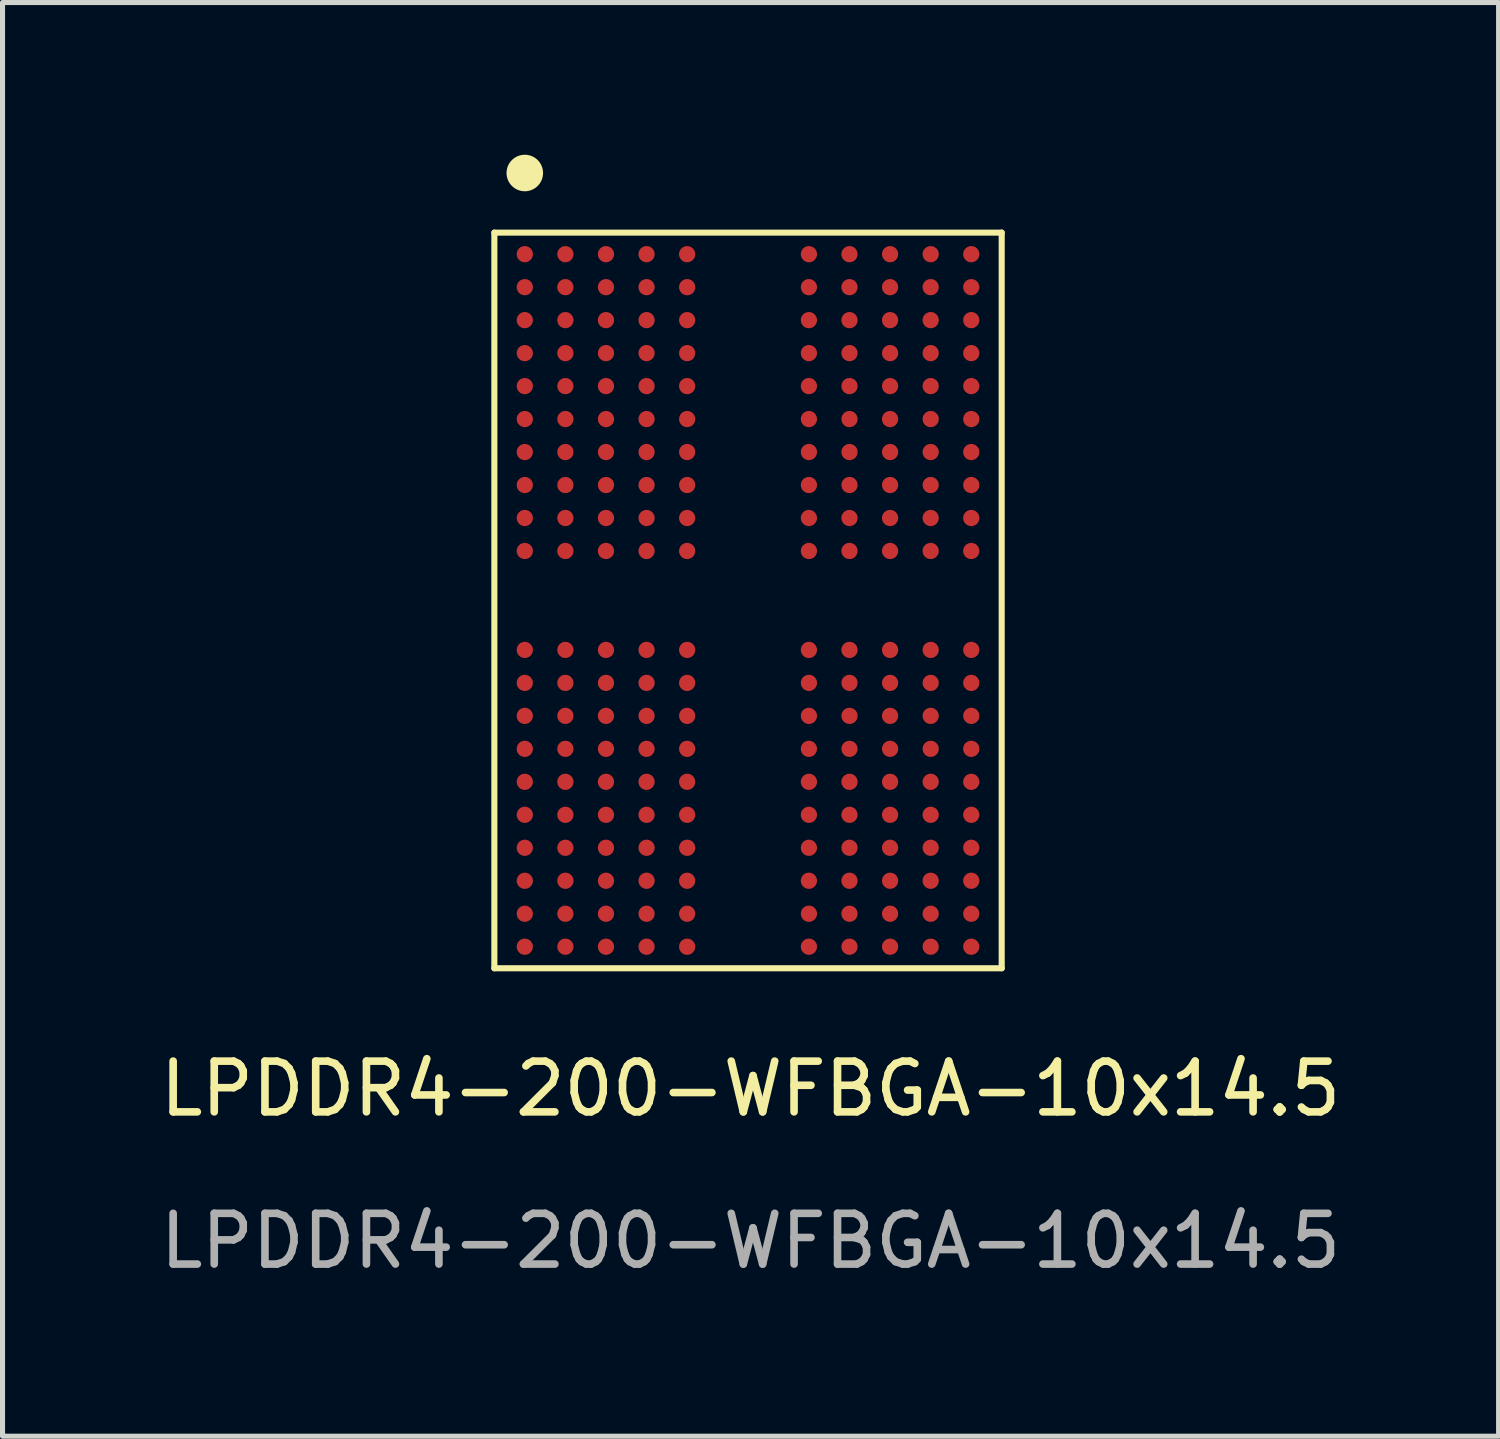
<source format=kicad_pcb>
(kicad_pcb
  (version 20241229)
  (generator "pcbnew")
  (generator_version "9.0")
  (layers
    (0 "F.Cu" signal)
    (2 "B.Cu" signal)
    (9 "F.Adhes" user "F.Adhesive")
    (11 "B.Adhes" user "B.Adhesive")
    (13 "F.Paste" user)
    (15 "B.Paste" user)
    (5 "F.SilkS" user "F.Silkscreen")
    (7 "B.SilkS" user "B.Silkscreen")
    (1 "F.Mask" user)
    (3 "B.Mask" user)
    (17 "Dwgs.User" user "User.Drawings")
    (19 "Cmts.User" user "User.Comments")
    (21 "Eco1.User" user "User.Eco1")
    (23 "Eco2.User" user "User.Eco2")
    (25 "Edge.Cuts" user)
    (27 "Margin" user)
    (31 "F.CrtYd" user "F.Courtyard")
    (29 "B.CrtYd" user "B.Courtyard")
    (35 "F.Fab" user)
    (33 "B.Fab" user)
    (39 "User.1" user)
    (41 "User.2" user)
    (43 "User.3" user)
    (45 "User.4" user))
  (footprint "LPDDR4-200-WFBGA-10x14.5"
    (layer "F.Cu")
    (at 11.744 8.81)
    (property "Reference" "LPDDR4-200-WFBGA-10x14.5" (at 0 9.6 0) (unlocked yes) (layer "F.SilkS") (effects (font (size 1 1) (thickness 0.15))))
    (fp_line (start -5.05 -7.275) (end -5.05 7.225) (stroke (width 0.12) (type solid)) (layer "F.SilkS"))
    (fp_line (start -5.05 -7.275) (end 4.95 -7.275) (stroke (width 0.12) (type solid)) (layer "F.SilkS"))
    (fp_line (start -5.05 7.225) (end 4.95 7.225) (stroke (width 0.12) (type solid)) (layer "F.SilkS"))
    (fp_line (start 4.95 -7.275) (end 4.95 7.225) (stroke (width 0.12) (type solid)) (layer "F.SilkS"))
    (fp_circle (center -4.45 -8.45) (end -4.15 -8.45) (stroke (width 0.12) (type solid)) (fill yes) (layer "F.SilkS"))
    (fp_text user "${REFERENCE}" (at 0 12.6 0) (unlocked yes) (layer "F.Fab") (effects (font (size 1 1) (thickness 0.15))))
    (pad "A1" smd circle (at -4.45 -6.85) (size 0.32 0.32) (layers "F.Cu" "F.Mask" "F.Paste"))
    (pad "A2" smd circle (at -3.65 -6.85) (size 0.32 0.32) (layers "F.Cu" "F.Mask" "F.Paste"))
    (pad "A3" smd circle (at -2.85 -6.85) (size 0.32 0.32) (layers "F.Cu" "F.Mask" "F.Paste"))
    (pad "A4" smd circle (at -2.05 -6.85) (size 0.32 0.32) (layers "F.Cu" "F.Mask" "F.Paste"))
    (pad "A5" smd circle (at -1.25 -6.85) (size 0.32 0.32) (layers "F.Cu" "F.Mask" "F.Paste"))
    (pad "A6" smd circle (at 1.15 -6.85) (size 0.32 0.32) (layers "F.Cu" "F.Mask" "F.Paste"))
    (pad "A7" smd circle (at 1.95 -6.85) (size 0.32 0.32) (layers "F.Cu" "F.Mask" "F.Paste"))
    (pad "A8" smd circle (at 2.75 -6.85) (size 0.32 0.32) (layers "F.Cu" "F.Mask" "F.Paste"))
    (pad "A9" smd circle (at 3.55 -6.85 90) (size 0.32 0.32) (layers "F.Cu" "F.Mask" "F.Paste"))
    (pad "A10" smd circle (at 4.35 -6.85) (size 0.32 0.32) (layers "F.Cu" "F.Mask" "F.Paste"))
    (pad "AA1" smd circle (at -4.45 6.15) (size 0.32 0.32) (layers "F.Cu" "F.Mask" "F.Paste"))
    (pad "AA2" smd circle (at -3.65 6.15) (size 0.32 0.32) (layers "F.Cu" "F.Mask" "F.Paste"))
    (pad "AA3" smd circle (at -2.85 6.15) (size 0.32 0.32) (layers "F.Cu" "F.Mask" "F.Paste"))
    (pad "AA4" smd circle (at -2.05 6.15) (size 0.32 0.32) (layers "F.Cu" "F.Mask" "F.Paste"))
    (pad "AA5" smd circle (at -1.25 6.15) (size 0.32 0.32) (layers "F.Cu" "F.Mask" "F.Paste"))
    (pad "AA6" smd circle (at 1.15 6.15) (size 0.32 0.32) (layers "F.Cu" "F.Mask" "F.Paste"))
    (pad "AA7" smd circle (at 1.95 6.15) (size 0.32 0.32) (layers "F.Cu" "F.Mask" "F.Paste"))
    (pad "AA8" smd circle (at 2.75 6.15) (size 0.32 0.32) (layers "F.Cu" "F.Mask" "F.Paste"))
    (pad "AA9" smd circle (at 3.55 6.15) (size 0.32 0.32) (layers "F.Cu" "F.Mask" "F.Paste"))
    (pad "AA10" smd circle (at 4.35 6.15) (size 0.32 0.32) (layers "F.Cu" "F.Mask" "F.Paste"))
    (pad "AB1" smd circle (at -4.45 6.8) (size 0.32 0.32) (layers "F.Cu" "F.Mask" "F.Paste"))
    (pad "AB2" smd circle (at -3.65 6.8) (size 0.32 0.32) (layers "F.Cu" "F.Mask" "F.Paste"))
    (pad "AB3" smd circle (at -2.85 6.8) (size 0.32 0.32) (layers "F.Cu" "F.Mask" "F.Paste"))
    (pad "AB4" smd circle (at -2.05 6.8) (size 0.32 0.32) (layers "F.Cu" "F.Mask" "F.Paste"))
    (pad "AB5" smd circle (at -1.25 6.8) (size 0.32 0.32) (layers "F.Cu" "F.Mask" "F.Paste"))
    (pad "AB6" smd circle (at 1.15 6.8) (size 0.32 0.32) (layers "F.Cu" "F.Mask" "F.Paste"))
    (pad "AB7" smd circle (at 1.95 6.8) (size 0.32 0.32) (layers "F.Cu" "F.Mask" "F.Paste"))
    (pad "AB8" smd circle (at 2.75 6.8) (size 0.32 0.32) (layers "F.Cu" "F.Mask" "F.Paste"))
    (pad "AB9" smd circle (at 3.55 6.8) (size 0.32 0.32) (layers "F.Cu" "F.Mask" "F.Paste"))
    (pad "AB10" smd circle (at 4.35 6.8) (size 0.32 0.32) (layers "F.Cu" "F.Mask" "F.Paste"))
    (pad "B1" smd circle (at -4.45 -6.2) (size 0.32 0.32) (layers "F.Cu" "F.Mask" "F.Paste"))
    (pad "B2" smd circle (at -3.65 -6.2) (size 0.32 0.32) (layers "F.Cu" "F.Mask" "F.Paste"))
    (pad "B3" smd circle (at -2.85 -6.2) (size 0.32 0.32) (layers "F.Cu" "F.Mask" "F.Paste"))
    (pad "B4" smd circle (at -2.05 -6.2) (size 0.32 0.32) (layers "F.Cu" "F.Mask" "F.Paste"))
    (pad "B5" smd circle (at -1.25 -6.2) (size 0.32 0.32) (layers "F.Cu" "F.Mask" "F.Paste"))
    (pad "B6" smd circle (at 1.15 -6.2) (size 0.32 0.32) (layers "F.Cu" "F.Mask" "F.Paste"))
    (pad "B7" smd circle (at 1.95 -6.2) (size 0.32 0.32) (layers "F.Cu" "F.Mask" "F.Paste"))
    (pad "B8" smd circle (at 2.75 -6.2) (size 0.32 0.32) (layers "F.Cu" "F.Mask" "F.Paste"))
    (pad "B9" smd circle (at 3.55 -6.2) (size 0.32 0.32) (layers "F.Cu" "F.Mask" "F.Paste"))
    (pad "B10" smd circle (at 4.35 -6.2) (size 0.32 0.32) (layers "F.Cu" "F.Mask" "F.Paste"))
    (pad "C1" smd circle (at -4.45 -5.55) (size 0.32 0.32) (layers "F.Cu" "F.Mask" "F.Paste"))
    (pad "C2" smd circle (at -3.65 -5.55) (size 0.32 0.32) (layers "F.Cu" "F.Mask" "F.Paste"))
    (pad "C3" smd circle (at -2.85 -5.55) (size 0.32 0.32) (layers "F.Cu" "F.Mask" "F.Paste"))
    (pad "C4" smd circle (at -2.05 -5.55) (size 0.32 0.32) (layers "F.Cu" "F.Mask" "F.Paste"))
    (pad "C5" smd circle (at -1.25 -5.55) (size 0.32 0.32) (layers "F.Cu" "F.Mask" "F.Paste"))
    (pad "C6" smd circle (at 1.15 -5.55) (size 0.32 0.32) (layers "F.Cu" "F.Mask" "F.Paste"))
    (pad "C7" smd circle (at 1.95 -5.55) (size 0.32 0.32) (layers "F.Cu" "F.Mask" "F.Paste"))
    (pad "C8" smd circle (at 2.75 -5.55) (size 0.32 0.32) (layers "F.Cu" "F.Mask" "F.Paste"))
    (pad "C9" smd circle (at 3.55 -5.55) (size 0.32 0.32) (layers "F.Cu" "F.Mask" "F.Paste"))
    (pad "C10" smd circle (at 4.35 -5.55) (size 0.32 0.32) (layers "F.Cu" "F.Mask" "F.Paste"))
    (pad "D1" smd circle (at -4.45 -4.9) (size 0.32 0.32) (layers "F.Cu" "F.Mask" "F.Paste"))
    (pad "D2" smd circle (at -3.65 -4.9) (size 0.32 0.32) (layers "F.Cu" "F.Mask" "F.Paste"))
    (pad "D3" smd circle (at -2.85 -4.9) (size 0.32 0.32) (layers "F.Cu" "F.Mask" "F.Paste"))
    (pad "D4" smd circle (at -2.05 -4.9) (size 0.32 0.32) (layers "F.Cu" "F.Mask" "F.Paste"))
    (pad "D5" smd circle (at -1.25 -4.9) (size 0.32 0.32) (layers "F.Cu" "F.Mask" "F.Paste"))
    (pad "D6" smd circle (at 1.15 -4.9) (size 0.32 0.32) (layers "F.Cu" "F.Mask" "F.Paste"))
    (pad "D6" smd circle (at 1.95 -4.9) (size 0.32 0.32) (layers "F.Cu" "F.Mask" "F.Paste"))
    (pad "D7" smd circle (at 2.75 -4.9) (size 0.32 0.32) (layers "F.Cu" "F.Mask" "F.Paste"))
    (pad "D8" smd circle (at 3.55 -4.9) (size 0.32 0.32) (layers "F.Cu" "F.Mask" "F.Paste"))
    (pad "D10" smd circle (at 4.35 -4.9 90) (size 0.32 0.32) (layers "F.Cu" "F.Mask" "F.Paste"))
    (pad "E1" smd circle (at -4.45 -4.25) (size 0.32 0.32) (layers "F.Cu" "F.Mask" "F.Paste"))
    (pad "E2" smd circle (at -3.65 -4.25) (size 0.32 0.32) (layers "F.Cu" "F.Mask" "F.Paste"))
    (pad "E3" smd circle (at -2.85 -4.25) (size 0.32 0.32) (layers "F.Cu" "F.Mask" "F.Paste"))
    (pad "E4" smd circle (at -2.05 -4.25) (size 0.32 0.32) (layers "F.Cu" "F.Mask" "F.Paste"))
    (pad "E5" smd circle (at -1.25 -4.25) (size 0.32 0.32) (layers "F.Cu" "F.Mask" "F.Paste"))
    (pad "E6" smd circle (at 1.15 -4.25) (size 0.32 0.32) (layers "F.Cu" "F.Mask" "F.Paste"))
    (pad "E7" smd circle (at 1.95 -4.25) (size 0.32 0.32) (layers "F.Cu" "F.Mask" "F.Paste"))
    (pad "E8" smd circle (at 2.75 -4.25) (size 0.32 0.32) (layers "F.Cu" "F.Mask" "F.Paste"))
    (pad "E9" smd circle (at 3.55 -4.25) (size 0.32 0.32) (layers "F.Cu" "F.Mask" "F.Paste"))
    (pad "E10" smd circle (at 4.35 -4.25) (size 0.32 0.32) (layers "F.Cu" "F.Mask" "F.Paste"))
    (pad "F1" smd circle (at -4.45 -3.6) (size 0.32 0.32) (layers "F.Cu" "F.Mask" "F.Paste"))
    (pad "F2" smd circle (at -3.65 -3.6) (size 0.32 0.32) (layers "F.Cu" "F.Mask" "F.Paste"))
    (pad "F3" smd circle (at -2.85 -3.6) (size 0.32 0.32) (layers "F.Cu" "F.Mask" "F.Paste"))
    (pad "F4" smd circle (at -2.05 -3.6) (size 0.32 0.32) (layers "F.Cu" "F.Mask" "F.Paste"))
    (pad "F5" smd circle (at -1.25 -3.6) (size 0.32 0.32) (layers "F.Cu" "F.Mask" "F.Paste"))
    (pad "F6" smd circle (at 1.15 -3.6) (size 0.32 0.32) (layers "F.Cu" "F.Mask" "F.Paste"))
    (pad "F7" smd circle (at 1.95 -3.6) (size 0.32 0.32) (layers "F.Cu" "F.Mask" "F.Paste"))
    (pad "F8" smd circle (at 2.75 -3.6) (size 0.32 0.32) (layers "F.Cu" "F.Mask" "F.Paste"))
    (pad "F9" smd circle (at 3.55 -3.6) (size 0.32 0.32) (layers "F.Cu" "F.Mask" "F.Paste"))
    (pad "F10" smd circle (at 4.35 -3.6) (size 0.32 0.32) (layers "F.Cu" "F.Mask" "F.Paste"))
    (pad "G1" smd circle (at -4.45 -2.95) (size 0.32 0.32) (layers "F.Cu" "F.Mask" "F.Paste"))
    (pad "G2" smd circle (at -3.65 -2.95) (size 0.32 0.32) (layers "F.Cu" "F.Mask" "F.Paste"))
    (pad "G3" smd circle (at -2.85 -2.95) (size 0.32 0.32) (layers "F.Cu" "F.Mask" "F.Paste"))
    (pad "G4" smd circle (at -2.05 -2.95) (size 0.32 0.32) (layers "F.Cu" "F.Mask" "F.Paste"))
    (pad "G5" smd circle (at -1.25 -2.95) (size 0.32 0.32) (layers "F.Cu" "F.Mask" "F.Paste"))
    (pad "G6" smd circle (at 1.15 -2.95) (size 0.32 0.32) (layers "F.Cu" "F.Mask" "F.Paste"))
    (pad "G7" smd circle (at 1.95 -2.95) (size 0.32 0.32) (layers "F.Cu" "F.Mask" "F.Paste"))
    (pad "G8" smd circle (at 2.75 -2.95) (size 0.32 0.32) (layers "F.Cu" "F.Mask" "F.Paste"))
    (pad "G9" smd circle (at 3.55 -2.95) (size 0.32 0.32) (layers "F.Cu" "F.Mask" "F.Paste"))
    (pad "G10" smd circle (at 4.35 -2.95) (size 0.32 0.32) (layers "F.Cu" "F.Mask" "F.Paste"))
    (pad "H1" smd circle (at -4.45 -2.3) (size 0.32 0.32) (layers "F.Cu" "F.Mask" "F.Paste"))
    (pad "H2" smd circle (at -3.65 -2.3) (size 0.32 0.32) (layers "F.Cu" "F.Mask" "F.Paste"))
    (pad "H3" smd circle (at -2.85 -2.3) (size 0.32 0.32) (layers "F.Cu" "F.Mask" "F.Paste"))
    (pad "H4" smd circle (at -2.05 -2.3) (size 0.32 0.32) (layers "F.Cu" "F.Mask" "F.Paste"))
    (pad "H5" smd circle (at -1.25 -2.3) (size 0.32 0.32) (layers "F.Cu" "F.Mask" "F.Paste"))
    (pad "H6" smd circle (at 1.15 -2.3) (size 0.32 0.32) (layers "F.Cu" "F.Mask" "F.Paste"))
    (pad "H7" smd circle (at 1.95 -2.3) (size 0.32 0.32) (layers "F.Cu" "F.Mask" "F.Paste"))
    (pad "H8" smd circle (at 2.75 -2.3) (size 0.32 0.32) (layers "F.Cu" "F.Mask" "F.Paste"))
    (pad "H9" smd circle (at 3.55 -2.3) (size 0.32 0.32) (layers "F.Cu" "F.Mask" "F.Paste"))
    (pad "H10" smd circle (at 4.35 -2.3) (size 0.32 0.32) (layers "F.Cu" "F.Mask" "F.Paste"))
    (pad "J1" smd circle (at -4.45 -1.65) (size 0.32 0.32) (layers "F.Cu" "F.Mask" "F.Paste"))
    (pad "J2" smd circle (at -3.65 -1.65) (size 0.32 0.32) (layers "F.Cu" "F.Mask" "F.Paste"))
    (pad "J3" smd circle (at -2.85 -1.65) (size 0.32 0.32) (layers "F.Cu" "F.Mask" "F.Paste"))
    (pad "J4" smd circle (at -2.05 -1.65) (size 0.32 0.32) (layers "F.Cu" "F.Mask" "F.Paste"))
    (pad "J5" smd circle (at -1.25 -1.65) (size 0.32 0.32) (layers "F.Cu" "F.Mask" "F.Paste"))
    (pad "J6" smd circle (at 1.15 -1.65) (size 0.32 0.32) (layers "F.Cu" "F.Mask" "F.Paste"))
    (pad "J7" smd circle (at 1.95 -1.65) (size 0.32 0.32) (layers "F.Cu" "F.Mask" "F.Paste"))
    (pad "J8" smd circle (at 2.75 -1.65) (size 0.32 0.32) (layers "F.Cu" "F.Mask" "F.Paste"))
    (pad "J9" smd circle (at 3.55 -1.65) (size 0.32 0.32) (layers "F.Cu" "F.Mask" "F.Paste"))
    (pad "J10" smd circle (at 4.35 -1.65) (size 0.32 0.32) (layers "F.Cu" "F.Mask" "F.Paste"))
    (pad "K1" smd circle (at -4.45 -1) (size 0.32 0.32) (layers "F.Cu" "F.Mask" "F.Paste"))
    (pad "K2" smd circle (at -3.65 -1) (size 0.32 0.32) (layers "F.Cu" "F.Mask" "F.Paste"))
    (pad "K3" smd circle (at -2.85 -1) (size 0.32 0.32) (layers "F.Cu" "F.Mask" "F.Paste"))
    (pad "K4" smd circle (at -2.05 -1) (size 0.32 0.32) (layers "F.Cu" "F.Mask" "F.Paste"))
    (pad "K5" smd circle (at -1.25 -1) (size 0.32 0.32) (layers "F.Cu" "F.Mask" "F.Paste"))
    (pad "K6" smd circle (at 1.15 -1) (size 0.32 0.32) (layers "F.Cu" "F.Mask" "F.Paste"))
    (pad "K7" smd circle (at 1.95 -1) (size 0.32 0.32) (layers "F.Cu" "F.Mask" "F.Paste"))
    (pad "K8" smd circle (at 2.75 -1) (size 0.32 0.32) (layers "F.Cu" "F.Mask" "F.Paste"))
    (pad "K9" smd circle (at 3.55 -1) (size 0.32 0.32) (layers "F.Cu" "F.Mask" "F.Paste"))
    (pad "K10" smd circle (at 4.35 -1) (size 0.32 0.32) (layers "F.Cu" "F.Mask" "F.Paste"))
    (pad "N1" smd circle (at -4.45 0.95) (size 0.32 0.32) (layers "F.Cu" "F.Mask" "F.Paste"))
    (pad "N2" smd circle (at -3.65 0.95) (size 0.32 0.32) (layers "F.Cu" "F.Mask" "F.Paste"))
    (pad "N3" smd circle (at -2.85 0.95) (size 0.32 0.32) (layers "F.Cu" "F.Mask" "F.Paste"))
    (pad "N4" smd circle (at -2.05 0.95) (size 0.32 0.32) (layers "F.Cu" "F.Mask" "F.Paste"))
    (pad "N5" smd circle (at -1.25 0.95) (size 0.32 0.32) (layers "F.Cu" "F.Mask" "F.Paste"))
    (pad "N6" smd circle (at 1.15 0.95) (size 0.32 0.32) (layers "F.Cu" "F.Mask" "F.Paste"))
    (pad "N7" smd circle (at 1.95 0.95) (size 0.32 0.32) (layers "F.Cu" "F.Mask" "F.Paste"))
    (pad "N8" smd circle (at 2.75 0.95) (size 0.32 0.32) (layers "F.Cu" "F.Mask" "F.Paste"))
    (pad "N9" smd circle (at 3.55 0.95) (size 0.32 0.32) (layers "F.Cu" "F.Mask" "F.Paste"))
    (pad "N10" smd circle (at 4.35 0.95) (size 0.32 0.32) (layers "F.Cu" "F.Mask" "F.Paste"))
    (pad "P1" smd circle (at -4.45 1.6) (size 0.32 0.32) (layers "F.Cu" "F.Mask" "F.Paste"))
    (pad "P2" smd circle (at -3.65 1.6) (size 0.32 0.32) (layers "F.Cu" "F.Mask" "F.Paste"))
    (pad "P3" smd circle (at -2.85 1.6) (size 0.32 0.32) (layers "F.Cu" "F.Mask" "F.Paste"))
    (pad "P4" smd circle (at -2.05 1.6) (size 0.32 0.32) (layers "F.Cu" "F.Mask" "F.Paste"))
    (pad "P5" smd circle (at -1.25 1.6) (size 0.32 0.32) (layers "F.Cu" "F.Mask" "F.Paste"))
    (pad "P6" smd circle (at 1.15 1.6) (size 0.32 0.32) (layers "F.Cu" "F.Mask" "F.Paste"))
    (pad "P7" smd circle (at 1.95 1.6) (size 0.32 0.32) (layers "F.Cu" "F.Mask" "F.Paste"))
    (pad "P8" smd circle (at 2.75 1.6) (size 0.32 0.32) (layers "F.Cu" "F.Mask" "F.Paste"))
    (pad "P9" smd circle (at 3.55 1.6) (size 0.32 0.32) (layers "F.Cu" "F.Mask" "F.Paste"))
    (pad "P10" smd circle (at 4.35 1.6) (size 0.32 0.32) (layers "F.Cu" "F.Mask" "F.Paste"))
    (pad "R1" smd circle (at -4.45 2.25) (size 0.32 0.32) (layers "F.Cu" "F.Mask" "F.Paste"))
    (pad "R2" smd circle (at -3.65 2.25) (size 0.32 0.32) (layers "F.Cu" "F.Mask" "F.Paste"))
    (pad "R3" smd circle (at -2.85 2.25) (size 0.32 0.32) (layers "F.Cu" "F.Mask" "F.Paste"))
    (pad "R4" smd circle (at -2.05 2.25) (size 0.32 0.32) (layers "F.Cu" "F.Mask" "F.Paste"))
    (pad "R5" smd circle (at -1.25 2.25) (size 0.32 0.32) (layers "F.Cu" "F.Mask" "F.Paste"))
    (pad "R6" smd circle (at 1.15 2.25) (size 0.32 0.32) (layers "F.Cu" "F.Mask" "F.Paste"))
    (pad "R7" smd circle (at 1.95 2.25) (size 0.32 0.32) (layers "F.Cu" "F.Mask" "F.Paste"))
    (pad "R8" smd circle (at 2.75 2.25) (size 0.32 0.32) (layers "F.Cu" "F.Mask" "F.Paste"))
    (pad "R9" smd circle (at 3.55 2.25) (size 0.32 0.32) (layers "F.Cu" "F.Mask" "F.Paste"))
    (pad "R10" smd circle (at 4.35 2.25) (size 0.32 0.32) (layers "F.Cu" "F.Mask" "F.Paste"))
    (pad "T1" smd circle (at -4.45 2.9) (size 0.32 0.32) (layers "F.Cu" "F.Mask" "F.Paste"))
    (pad "T2" smd circle (at -3.65 2.9) (size 0.32 0.32) (layers "F.Cu" "F.Mask" "F.Paste"))
    (pad "T3" smd circle (at -2.85 2.9) (size 0.32 0.32) (layers "F.Cu" "F.Mask" "F.Paste"))
    (pad "T4" smd circle (at -2.05 2.9) (size 0.32 0.32) (layers "F.Cu" "F.Mask" "F.Paste"))
    (pad "T5" smd circle (at -1.25 2.9) (size 0.32 0.32) (layers "F.Cu" "F.Mask" "F.Paste"))
    (pad "T6" smd circle (at 1.15 2.9) (size 0.32 0.32) (layers "F.Cu" "F.Mask" "F.Paste"))
    (pad "T7" smd circle (at 1.95 2.9) (size 0.32 0.32) (layers "F.Cu" "F.Mask" "F.Paste"))
    (pad "T8" smd circle (at 2.75 2.9 90) (size 0.32 0.32) (layers "F.Cu" "F.Mask" "F.Paste"))
    (pad "T9" smd circle (at 3.55 2.9) (size 0.32 0.32) (layers "F.Cu" "F.Mask" "F.Paste"))
    (pad "T10" smd circle (at 4.35 2.9) (size 0.32 0.32) (layers "F.Cu" "F.Mask" "F.Paste"))
    (pad "U1" smd circle (at -4.45 3.55) (size 0.32 0.32) (layers "F.Cu" "F.Mask" "F.Paste"))
    (pad "U2" smd circle (at -3.65 3.55) (size 0.32 0.32) (layers "F.Cu" "F.Mask" "F.Paste"))
    (pad "U3" smd circle (at -2.85 3.55) (size 0.32 0.32) (layers "F.Cu" "F.Mask" "F.Paste"))
    (pad "U4" smd circle (at -2.05 3.55) (size 0.32 0.32) (layers "F.Cu" "F.Mask" "F.Paste"))
    (pad "U5" smd circle (at -1.25 3.55) (size 0.32 0.32) (layers "F.Cu" "F.Mask" "F.Paste"))
    (pad "U6" smd circle (at 1.15 3.55) (size 0.32 0.32) (layers "F.Cu" "F.Mask" "F.Paste"))
    (pad "U7" smd circle (at 1.95 3.55) (size 0.32 0.32) (layers "F.Cu" "F.Mask" "F.Paste"))
    (pad "U8" smd circle (at 2.75 3.55) (size 0.32 0.32) (layers "F.Cu" "F.Mask" "F.Paste"))
    (pad "U9" smd circle (at 3.55 3.55) (size 0.32 0.32) (layers "F.Cu" "F.Mask" "F.Paste"))
    (pad "U10" smd circle (at 4.35 3.55) (size 0.32 0.32) (layers "F.Cu" "F.Mask" "F.Paste"))
    (pad "V1" smd circle (at -4.45 4.2) (size 0.32 0.32) (layers "F.Cu" "F.Mask" "F.Paste"))
    (pad "V2" smd circle (at -3.65 4.2) (size 0.32 0.32) (layers "F.Cu" "F.Mask" "F.Paste"))
    (pad "V3" smd circle (at -2.85 4.2) (size 0.32 0.32) (layers "F.Cu" "F.Mask" "F.Paste"))
    (pad "V4" smd circle (at -2.05 4.2) (size 0.32 0.32) (layers "F.Cu" "F.Mask" "F.Paste"))
    (pad "V5" smd circle (at -1.25 4.2) (size 0.32 0.32) (layers "F.Cu" "F.Mask" "F.Paste"))
    (pad "V6" smd circle (at 1.15 4.2) (size 0.32 0.32) (layers "F.Cu" "F.Mask" "F.Paste"))
    (pad "V7" smd circle (at 1.95 4.2) (size 0.32 0.32) (layers "F.Cu" "F.Mask" "F.Paste"))
    (pad "V8" smd circle (at 2.75 4.2) (size 0.32 0.32) (layers "F.Cu" "F.Mask" "F.Paste"))
    (pad "V9" smd circle (at 3.55 4.2) (size 0.32 0.32) (layers "F.Cu" "F.Mask" "F.Paste"))
    (pad "V10" smd circle (at 4.35 4.2) (size 0.32 0.32) (layers "F.Cu" "F.Mask" "F.Paste"))
    (pad "W1" smd circle (at -4.45 4.85) (size 0.32 0.32) (layers "F.Cu" "F.Mask" "F.Paste"))
    (pad "W2" smd circle (at -3.65 4.85) (size 0.32 0.32) (layers "F.Cu" "F.Mask" "F.Paste"))
    (pad "W3" smd circle (at -2.85 4.85) (size 0.32 0.32) (layers "F.Cu" "F.Mask" "F.Paste"))
    (pad "W4" smd circle (at -2.05 4.85) (size 0.32 0.32) (layers "F.Cu" "F.Mask" "F.Paste"))
    (pad "W5" smd circle (at -1.25 4.85) (size 0.32 0.32) (layers "F.Cu" "F.Mask" "F.Paste"))
    (pad "W6" smd circle (at 1.15 4.85) (size 0.32 0.32) (layers "F.Cu" "F.Mask" "F.Paste"))
    (pad "W7" smd circle (at 1.95 4.85) (size 0.32 0.32) (layers "F.Cu" "F.Mask" "F.Paste"))
    (pad "W8" smd circle (at 2.75 4.85) (size 0.32 0.32) (layers "F.Cu" "F.Mask" "F.Paste"))
    (pad "W9" smd circle (at 3.55 4.85) (size 0.32 0.32) (layers "F.Cu" "F.Mask" "F.Paste"))
    (pad "W10" smd circle (at 4.35 4.85) (size 0.32 0.32) (layers "F.Cu" "F.Mask" "F.Paste"))
    (pad "Y1" smd circle (at -4.45 5.5) (size 0.32 0.32) (layers "F.Cu" "F.Mask" "F.Paste"))
    (pad "Y2" smd circle (at -3.65 5.5) (size 0.32 0.32) (layers "F.Cu" "F.Mask" "F.Paste"))
    (pad "Y3" smd circle (at -2.85 5.5) (size 0.32 0.32) (layers "F.Cu" "F.Mask" "F.Paste"))
    (pad "Y4" smd circle (at -2.05 5.5) (size 0.32 0.32) (layers "F.Cu" "F.Mask" "F.Paste"))
    (pad "Y5" smd circle (at -1.25 5.5) (size 0.32 0.32) (layers "F.Cu" "F.Mask" "F.Paste"))
    (pad "Y6" smd circle (at 1.15 5.5) (size 0.32 0.32) (layers "F.Cu" "F.Mask" "F.Paste"))
    (pad "Y7" smd circle (at 1.95 5.5) (size 0.32 0.32) (layers "F.Cu" "F.Mask" "F.Paste"))
    (pad "Y8" smd circle (at 2.75 5.5) (size 0.32 0.32) (layers "F.Cu" "F.Mask" "F.Paste"))
    (pad "Y9" smd circle (at 3.55 5.5) (size 0.32 0.32) (layers "F.Cu" "F.Mask" "F.Paste"))
    (pad "Y10" smd circle (at 4.35 5.5) (size 0.32 0.32) (layers "F.Cu" "F.Mask" "F.Paste")))
  (gr_rect
    (start -3 -3)
    (end 26.488 25.258)
    (stroke (width 0.1) (type default))
    (fill no)
    (layer "Edge.Cuts")))
</source>
